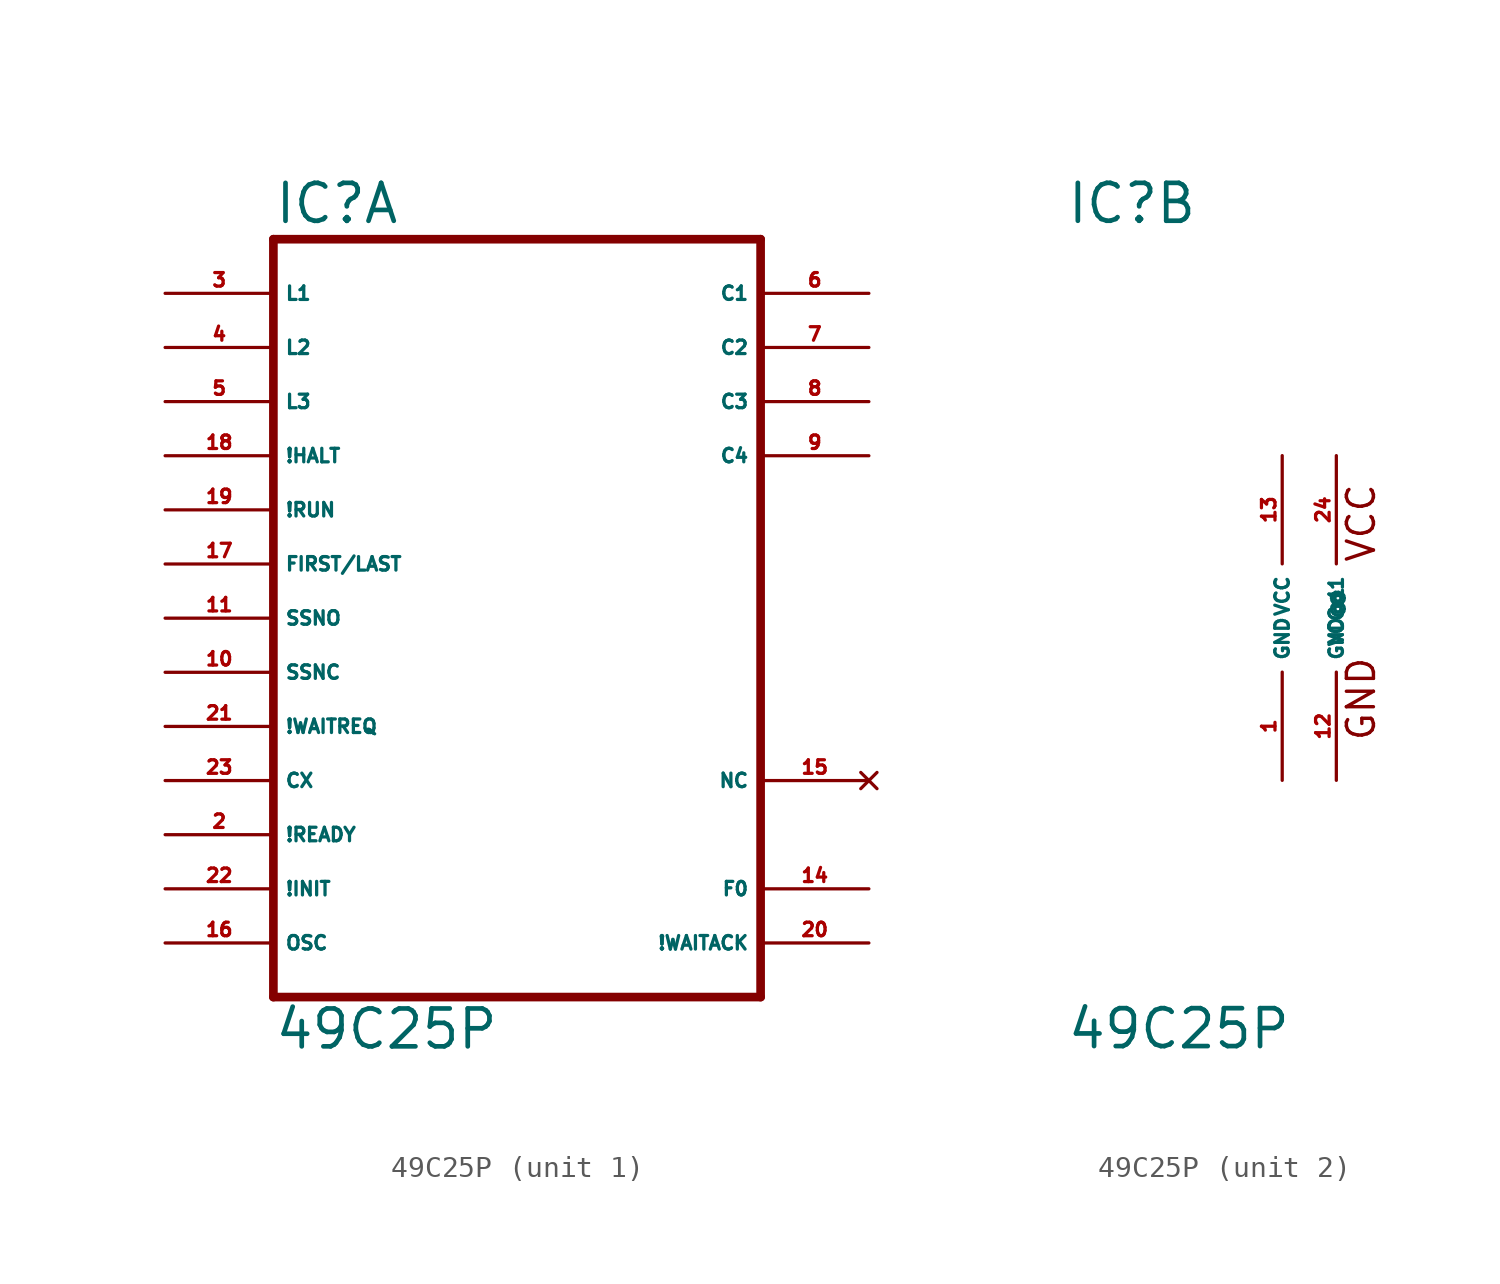
<source format=kicad_sym>
(kicad_symbol_lib
  (version 20220914)
  (generator Eagle2Kicad)
  (symbol "49C25P"
    (property "Reference" "IC"
      (at -10.16 18.415 0)
      (effects (font (size 1.778 1.778) (thickness 0.22)) (justify left bottom)))
    (property "Value" "49C25P"
      (at -10.16 -20.32 0)
      (effects (font (size 1.778 1.778) (thickness 0.22)) (justify left bottom)))
    (symbol "49C25P_1_0"
      (polyline (pts (xy -10.16 -17.78) (xy 12.7 -17.78)) (stroke (width 0.406) (type default)) (fill (type none)))
      (polyline (pts (xy 12.7 -17.78) (xy 12.7 17.78)) (stroke (width 0.406) (type default)) (fill (type none)))
      (polyline (pts (xy 12.7 17.78) (xy -10.16 17.78)) (stroke (width 0.406) (type default)) (fill (type none)))
      (polyline (pts (xy -10.16 17.78) (xy -10.16 -17.78)) (stroke (width 0.406) (type default)) (fill (type none)))
      (pin input line (at -15.24 15.24 0) (length 5.08) (name "L1" (effects (font (size 0.635 0.635) (thickness 0.08)) (justify left bottom))) (number "3" (effects (font (size 0.635 0.635) (thickness 0.08)) (justify left bottom))))
      (pin input line (at -15.24 12.7 0) (length 5.08) (name "L2" (effects (font (size 0.635 0.635) (thickness 0.08)) (justify left bottom))) (number "4" (effects (font (size 0.635 0.635) (thickness 0.08)) (justify left bottom))))
      (pin input line (at -15.24 10.16 0) (length 5.08) (name "L3" (effects (font (size 0.635 0.635) (thickness 0.08)) (justify left bottom))) (number "5" (effects (font (size 0.635 0.635) (thickness 0.08)) (justify left bottom))))
      (pin input line (at -15.24 7.62 0) (length 5.08) (name "!HALT" (effects (font (size 0.635 0.635) (thickness 0.08)) (justify left bottom))) (number "18" (effects (font (size 0.635 0.635) (thickness 0.08)) (justify left bottom))))
      (pin input line (at -15.24 5.08 0) (length 5.08) (name "!RUN" (effects (font (size 0.635 0.635) (thickness 0.08)) (justify left bottom))) (number "19" (effects (font (size 0.635 0.635) (thickness 0.08)) (justify left bottom))))
      (pin input line (at -15.24 2.54 0) (length 5.08) (name "FIRST/LAST" (effects (font (size 0.635 0.635) (thickness 0.08)) (justify left bottom))) (number "17" (effects (font (size 0.635 0.635) (thickness 0.08)) (justify left bottom))))
      (pin input line (at -15.24 0 0) (length 5.08) (name "SSNO" (effects (font (size 0.635 0.635) (thickness 0.08)) (justify left bottom))) (number "11" (effects (font (size 0.635 0.635) (thickness 0.08)) (justify left bottom))))
      (pin input line (at -15.24 -2.54 0) (length 5.08) (name "SSNC" (effects (font (size 0.635 0.635) (thickness 0.08)) (justify left bottom))) (number "10" (effects (font (size 0.635 0.635) (thickness 0.08)) (justify left bottom))))
      (pin input line (at -15.24 -5.08 0) (length 5.08) (name "!WAITREQ" (effects (font (size 0.635 0.635) (thickness 0.08)) (justify left bottom))) (number "21" (effects (font (size 0.635 0.635) (thickness 0.08)) (justify left bottom))))
      (pin input line (at -15.24 -7.62 0) (length 5.08) (name "CX" (effects (font (size 0.635 0.635) (thickness 0.08)) (justify left bottom))) (number "23" (effects (font (size 0.635 0.635) (thickness 0.08)) (justify left bottom))))
      (pin input line (at -15.24 -10.16 0) (length 5.08) (name "!READY" (effects (font (size 0.635 0.635) (thickness 0.08)) (justify left bottom))) (number "2" (effects (font (size 0.635 0.635) (thickness 0.08)) (justify left bottom))))
      (pin input line (at -15.24 -12.7 0) (length 5.08) (name "!INIT" (effects (font (size 0.635 0.635) (thickness 0.08)) (justify left bottom))) (number "22" (effects (font (size 0.635 0.635) (thickness 0.08)) (justify left bottom))))
      (pin input line (at -15.24 -15.24 0) (length 5.08) (name "OSC" (effects (font (size 0.635 0.635) (thickness 0.08)) (justify left bottom))) (number "16" (effects (font (size 0.635 0.635) (thickness 0.08)) (justify left bottom))))
      (pin output line (at 17.78 15.24 180) (length 5.08) (name "C1" (effects (font (size 0.635 0.635) (thickness 0.08)) (justify left bottom))) (number "6" (effects (font (size 0.635 0.635) (thickness 0.08)) (justify left bottom))))
      (pin output line (at 17.78 12.7 180) (length 5.08) (name "C2" (effects (font (size 0.635 0.635) (thickness 0.08)) (justify left bottom))) (number "7" (effects (font (size 0.635 0.635) (thickness 0.08)) (justify left bottom))))
      (pin output line (at 17.78 10.16 180) (length 5.08) (name "C3" (effects (font (size 0.635 0.635) (thickness 0.08)) (justify left bottom))) (number "8" (effects (font (size 0.635 0.635) (thickness 0.08)) (justify left bottom))))
      (pin output line (at 17.78 7.62 180) (length 5.08) (name "C4" (effects (font (size 0.635 0.635) (thickness 0.08)) (justify left bottom))) (number "9" (effects (font (size 0.635 0.635) (thickness 0.08)) (justify left bottom))))
      (pin output line (at 17.78 -15.24 180) (length 5.08) (name "!WAITACK" (effects (font (size 0.635 0.635) (thickness 0.08)) (justify left bottom))) (number "20" (effects (font (size 0.635 0.635) (thickness 0.08)) (justify left bottom))))
      (pin output line (at 17.78 -12.7 180) (length 5.08) (name "F0" (effects (font (size 0.635 0.635) (thickness 0.08)) (justify left bottom))) (number "14" (effects (font (size 0.635 0.635) (thickness 0.08)) (justify left bottom))))
      (pin no_connect line (at 17.78 -7.62 180) (length 5.08) (name "NC" (effects (font (size 0.635 0.635) (thickness 0.08)) (justify left bottom) hide)) (number "15" (effects (font (size 0.635 0.635) (thickness 0.08)) (justify left bottom) hide))))
    (symbol "49C25P_2_0"
      (text "VCC" (at 4.445 2.54 900) (effects (font (size 1.27 1.27) (thickness 0.16)) (justify left bottom)))
      (text "GND" (at 4.445 -5.842 900) (effects (font (size 1.27 1.27) (thickness 0.16)) (justify left bottom)))
      (pin unspecified line (at 0 7.62 270) (length 5.08) (name "VCC" (effects (font (size 0.635 0.635) (thickness 0.08)) (justify left bottom))) (number "13" (effects (font (size 0.635 0.635) (thickness 0.08)) (justify left bottom))))
      (pin unspecified line (at 0 -7.62 90) (length 5.08) (name "GND" (effects (font (size 0.635 0.635) (thickness 0.08)) (justify left bottom))) (number "1" (effects (font (size 0.635 0.635) (thickness 0.08)) (justify left bottom))))
      (pin unspecified line (at 2.54 7.62 270) (length 5.08) (name "VCC@1" (effects (font (size 0.635 0.635) (thickness 0.08)) (justify left bottom))) (number "24" (effects (font (size 0.635 0.635) (thickness 0.08)) (justify left bottom))))
      (pin unspecified line (at 2.54 -7.62 90) (length 5.08) (name "GND@1" (effects (font (size 0.635 0.635) (thickness 0.08)) (justify left bottom))) (number "12" (effects (font (size 0.635 0.635) (thickness 0.08)) (justify left bottom)))))))
</source>
